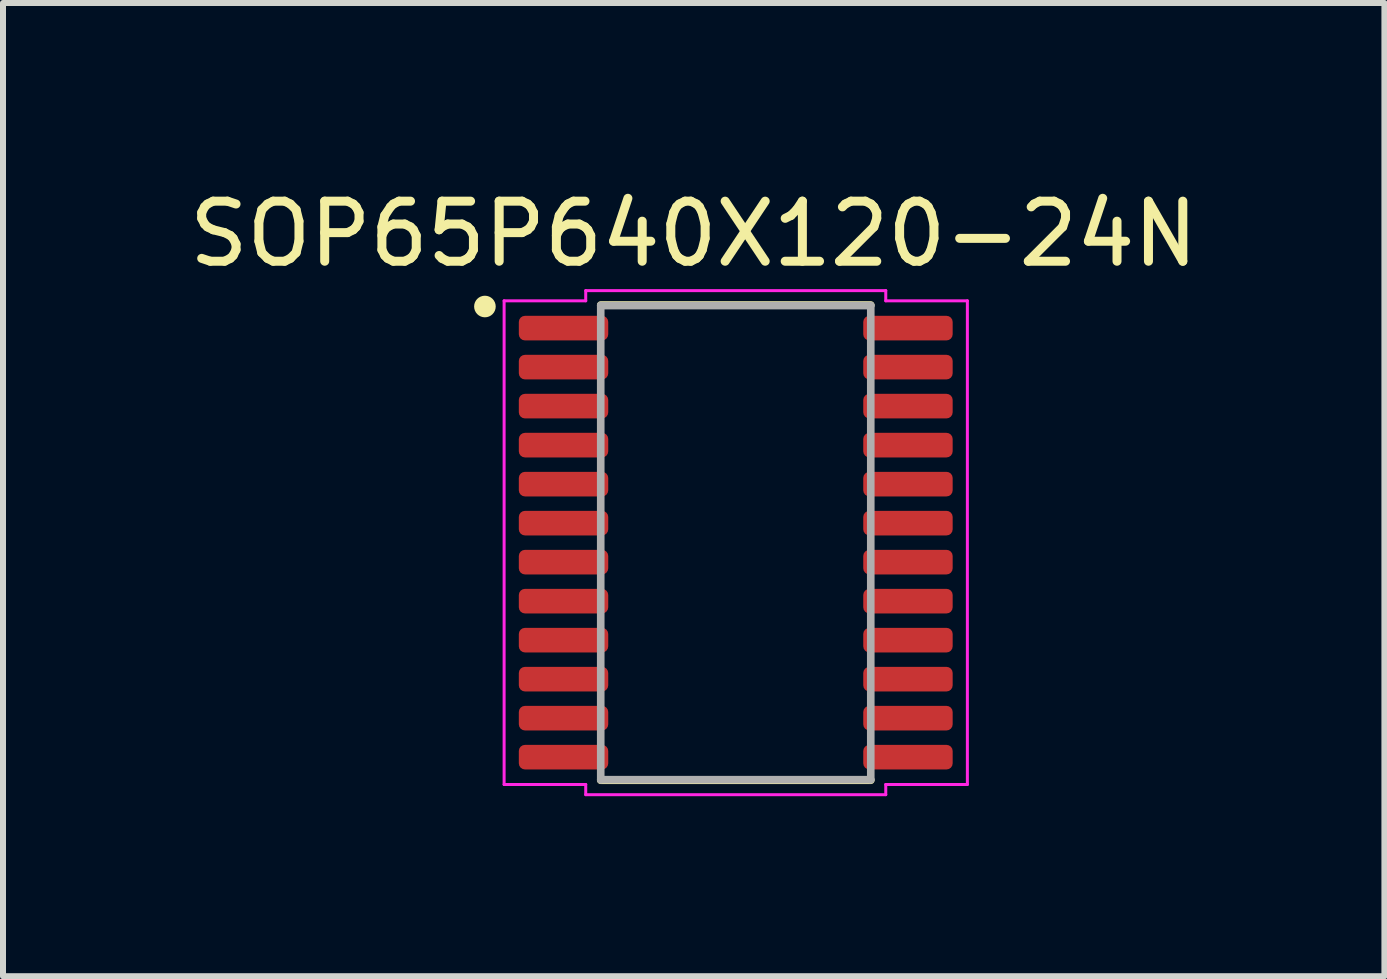
<source format=kicad_pcb>
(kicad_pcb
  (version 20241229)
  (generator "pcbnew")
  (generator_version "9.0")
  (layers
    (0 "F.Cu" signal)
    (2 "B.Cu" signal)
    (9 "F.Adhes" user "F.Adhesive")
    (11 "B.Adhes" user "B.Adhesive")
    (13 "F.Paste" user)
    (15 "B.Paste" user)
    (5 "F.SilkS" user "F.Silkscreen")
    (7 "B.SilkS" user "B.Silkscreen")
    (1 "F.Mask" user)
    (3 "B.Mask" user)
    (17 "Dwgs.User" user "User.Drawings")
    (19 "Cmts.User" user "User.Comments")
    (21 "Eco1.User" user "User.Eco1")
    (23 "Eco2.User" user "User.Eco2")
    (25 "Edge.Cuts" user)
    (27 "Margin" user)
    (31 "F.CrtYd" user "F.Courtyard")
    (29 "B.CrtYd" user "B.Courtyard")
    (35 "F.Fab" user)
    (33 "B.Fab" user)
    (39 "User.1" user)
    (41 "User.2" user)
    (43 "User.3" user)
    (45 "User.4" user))
  (footprint "SOP65P640X120-24N"
    (layer "F.Cu")
    (at 9.211 5.993)
    (property "Reference" "SOP65P640X120-24N" (at -0.701 -5.145 0) (layer "F.SilkS") (effects (font (size 1.001 1.001) (thickness 0.15))))
    (attr smd)
    (fp_line (start 2.25 -3.96) (end -2.25 -3.96) (stroke (width 0.127) (type solid)) (layer "F.SilkS"))
    (fp_line (start 2.25 3.96) (end -2.25 3.96) (stroke (width 0.127) (type solid)) (layer "F.SilkS"))
    (fp_circle (center -4.18 -3.935) (end -4.09 -3.935) (stroke (width 0.18) (type solid)) (fill no) (layer "F.SilkS"))
    (fp_line (start -3.86 -4.03) (end -2.5 -4.03) (stroke (width 0.05) (type solid)) (layer "F.CrtYd"))
    (fp_line (start -3.86 4.03) (end -3.86 -4.03) (stroke (width 0.05) (type solid)) (layer "F.CrtYd"))
    (fp_line (start -2.5 -4.2) (end 2.5 -4.2) (stroke (width 0.05) (type solid)) (layer "F.CrtYd"))
    (fp_line (start -2.5 -4.03) (end -2.5 -4.2) (stroke (width 0.05) (type solid)) (layer "F.CrtYd"))
    (fp_line (start -2.5 4.03) (end -3.86 4.03) (stroke (width 0.05) (type solid)) (layer "F.CrtYd"))
    (fp_line (start -2.5 4.2) (end -2.5 4.03) (stroke (width 0.05) (type solid)) (layer "F.CrtYd"))
    (fp_line (start 2.5 -4.2) (end 2.5 -4.03) (stroke (width 0.05) (type solid)) (layer "F.CrtYd"))
    (fp_line (start 2.5 -4.03) (end 3.86 -4.03) (stroke (width 0.05) (type solid)) (layer "F.CrtYd"))
    (fp_line (start 2.5 4.03) (end 2.5 4.2) (stroke (width 0.05) (type solid)) (layer "F.CrtYd"))
    (fp_line (start 2.5 4.2) (end -2.5 4.2) (stroke (width 0.05) (type solid)) (layer "F.CrtYd"))
    (fp_line (start 3.86 -4.03) (end 3.86 4.03) (stroke (width 0.05) (type solid)) (layer "F.CrtYd"))
    (fp_line (start 3.86 4.03) (end 2.5 4.03) (stroke (width 0.05) (type solid)) (layer "F.CrtYd"))
    (fp_line (start -2.25 -3.95) (end -2.25 3.95) (stroke (width 0.127) (type solid)) (layer "F.Fab"))
    (fp_line (start -2.25 3.95) (end 2.25 3.95) (stroke (width 0.127) (type solid)) (layer "F.Fab"))
    (fp_line (start 2.25 -3.95) (end -2.25 -3.95) (stroke (width 0.127) (type solid)) (layer "F.Fab"))
    (fp_line (start 2.25 3.95) (end 2.25 -3.95) (stroke (width 0.127) (type solid)) (layer "F.Fab"))
    (pad "1" smd roundrect (at -2.87 -3.575) (size 1.49 0.41) (layers "F.Cu" "F.Mask" "F.Paste") (roundrect_rratio 0.25))
    (pad "2" smd roundrect (at -2.87 -2.925) (size 1.49 0.41) (layers "F.Cu" "F.Mask" "F.Paste") (roundrect_rratio 0.25))
    (pad "3" smd roundrect (at -2.87 -2.275) (size 1.49 0.41) (layers "F.Cu" "F.Mask" "F.Paste") (roundrect_rratio 0.25))
    (pad "4" smd roundrect (at -2.87 -1.625) (size 1.49 0.41) (layers "F.Cu" "F.Mask" "F.Paste") (roundrect_rratio 0.25))
    (pad "5" smd roundrect (at -2.87 -0.975) (size 1.49 0.41) (layers "F.Cu" "F.Mask" "F.Paste") (roundrect_rratio 0.25))
    (pad "6" smd roundrect (at -2.87 -0.325) (size 1.49 0.41) (layers "F.Cu" "F.Mask" "F.Paste") (roundrect_rratio 0.25))
    (pad "7" smd roundrect (at -2.87 0.325) (size 1.49 0.41) (layers "F.Cu" "F.Mask" "F.Paste") (roundrect_rratio 0.25))
    (pad "8" smd roundrect (at -2.87 0.975) (size 1.49 0.41) (layers "F.Cu" "F.Mask" "F.Paste") (roundrect_rratio 0.25))
    (pad "9" smd roundrect (at -2.87 1.625) (size 1.49 0.41) (layers "F.Cu" "F.Mask" "F.Paste") (roundrect_rratio 0.25))
    (pad "10" smd roundrect (at -2.87 2.275) (size 1.49 0.41) (layers "F.Cu" "F.Mask" "F.Paste") (roundrect_rratio 0.25))
    (pad "11" smd roundrect (at -2.87 2.925) (size 1.49 0.41) (layers "F.Cu" "F.Mask" "F.Paste") (roundrect_rratio 0.25))
    (pad "12" smd roundrect (at -2.87 3.575) (size 1.49 0.41) (layers "F.Cu" "F.Mask" "F.Paste") (roundrect_rratio 0.25))
    (pad "13" smd roundrect (at 2.87 3.575) (size 1.49 0.41) (layers "F.Cu" "F.Mask" "F.Paste") (roundrect_rratio 0.25))
    (pad "14" smd roundrect (at 2.87 2.925) (size 1.49 0.41) (layers "F.Cu" "F.Mask" "F.Paste") (roundrect_rratio 0.25))
    (pad "15" smd roundrect (at 2.87 2.275) (size 1.49 0.41) (layers "F.Cu" "F.Mask" "F.Paste") (roundrect_rratio 0.25))
    (pad "16" smd roundrect (at 2.87 1.625) (size 1.49 0.41) (layers "F.Cu" "F.Mask" "F.Paste") (roundrect_rratio 0.25))
    (pad "17" smd roundrect (at 2.87 0.975) (size 1.49 0.41) (layers "F.Cu" "F.Mask" "F.Paste") (roundrect_rratio 0.25))
    (pad "18" smd roundrect (at 2.87 0.325) (size 1.49 0.41) (layers "F.Cu" "F.Mask" "F.Paste") (roundrect_rratio 0.25))
    (pad "19" smd roundrect (at 2.87 -0.325) (size 1.49 0.41) (layers "F.Cu" "F.Mask" "F.Paste") (roundrect_rratio 0.25))
    (pad "20" smd roundrect (at 2.87 -0.975) (size 1.49 0.41) (layers "F.Cu" "F.Mask" "F.Paste") (roundrect_rratio 0.25))
    (pad "21" smd roundrect (at 2.87 -1.625) (size 1.49 0.41) (layers "F.Cu" "F.Mask" "F.Paste") (roundrect_rratio 0.25))
    (pad "22" smd roundrect (at 2.87 -2.275) (size 1.49 0.41) (layers "F.Cu" "F.Mask" "F.Paste") (roundrect_rratio 0.25))
    (pad "23" smd roundrect (at 2.87 -2.925) (size 1.49 0.41) (layers "F.Cu" "F.Mask" "F.Paste") (roundrect_rratio 0.25))
    (pad "24" smd roundrect (at 2.87 -3.575) (size 1.49 0.41) (layers "F.Cu" "F.Mask" "F.Paste") (roundrect_rratio 0.25)))
  (gr_rect
    (start -3 -3)
    (end 20.021 13.218)
    (stroke (width 0.1) (type default))
    (fill no)
    (layer "Edge.Cuts")))
</source>
